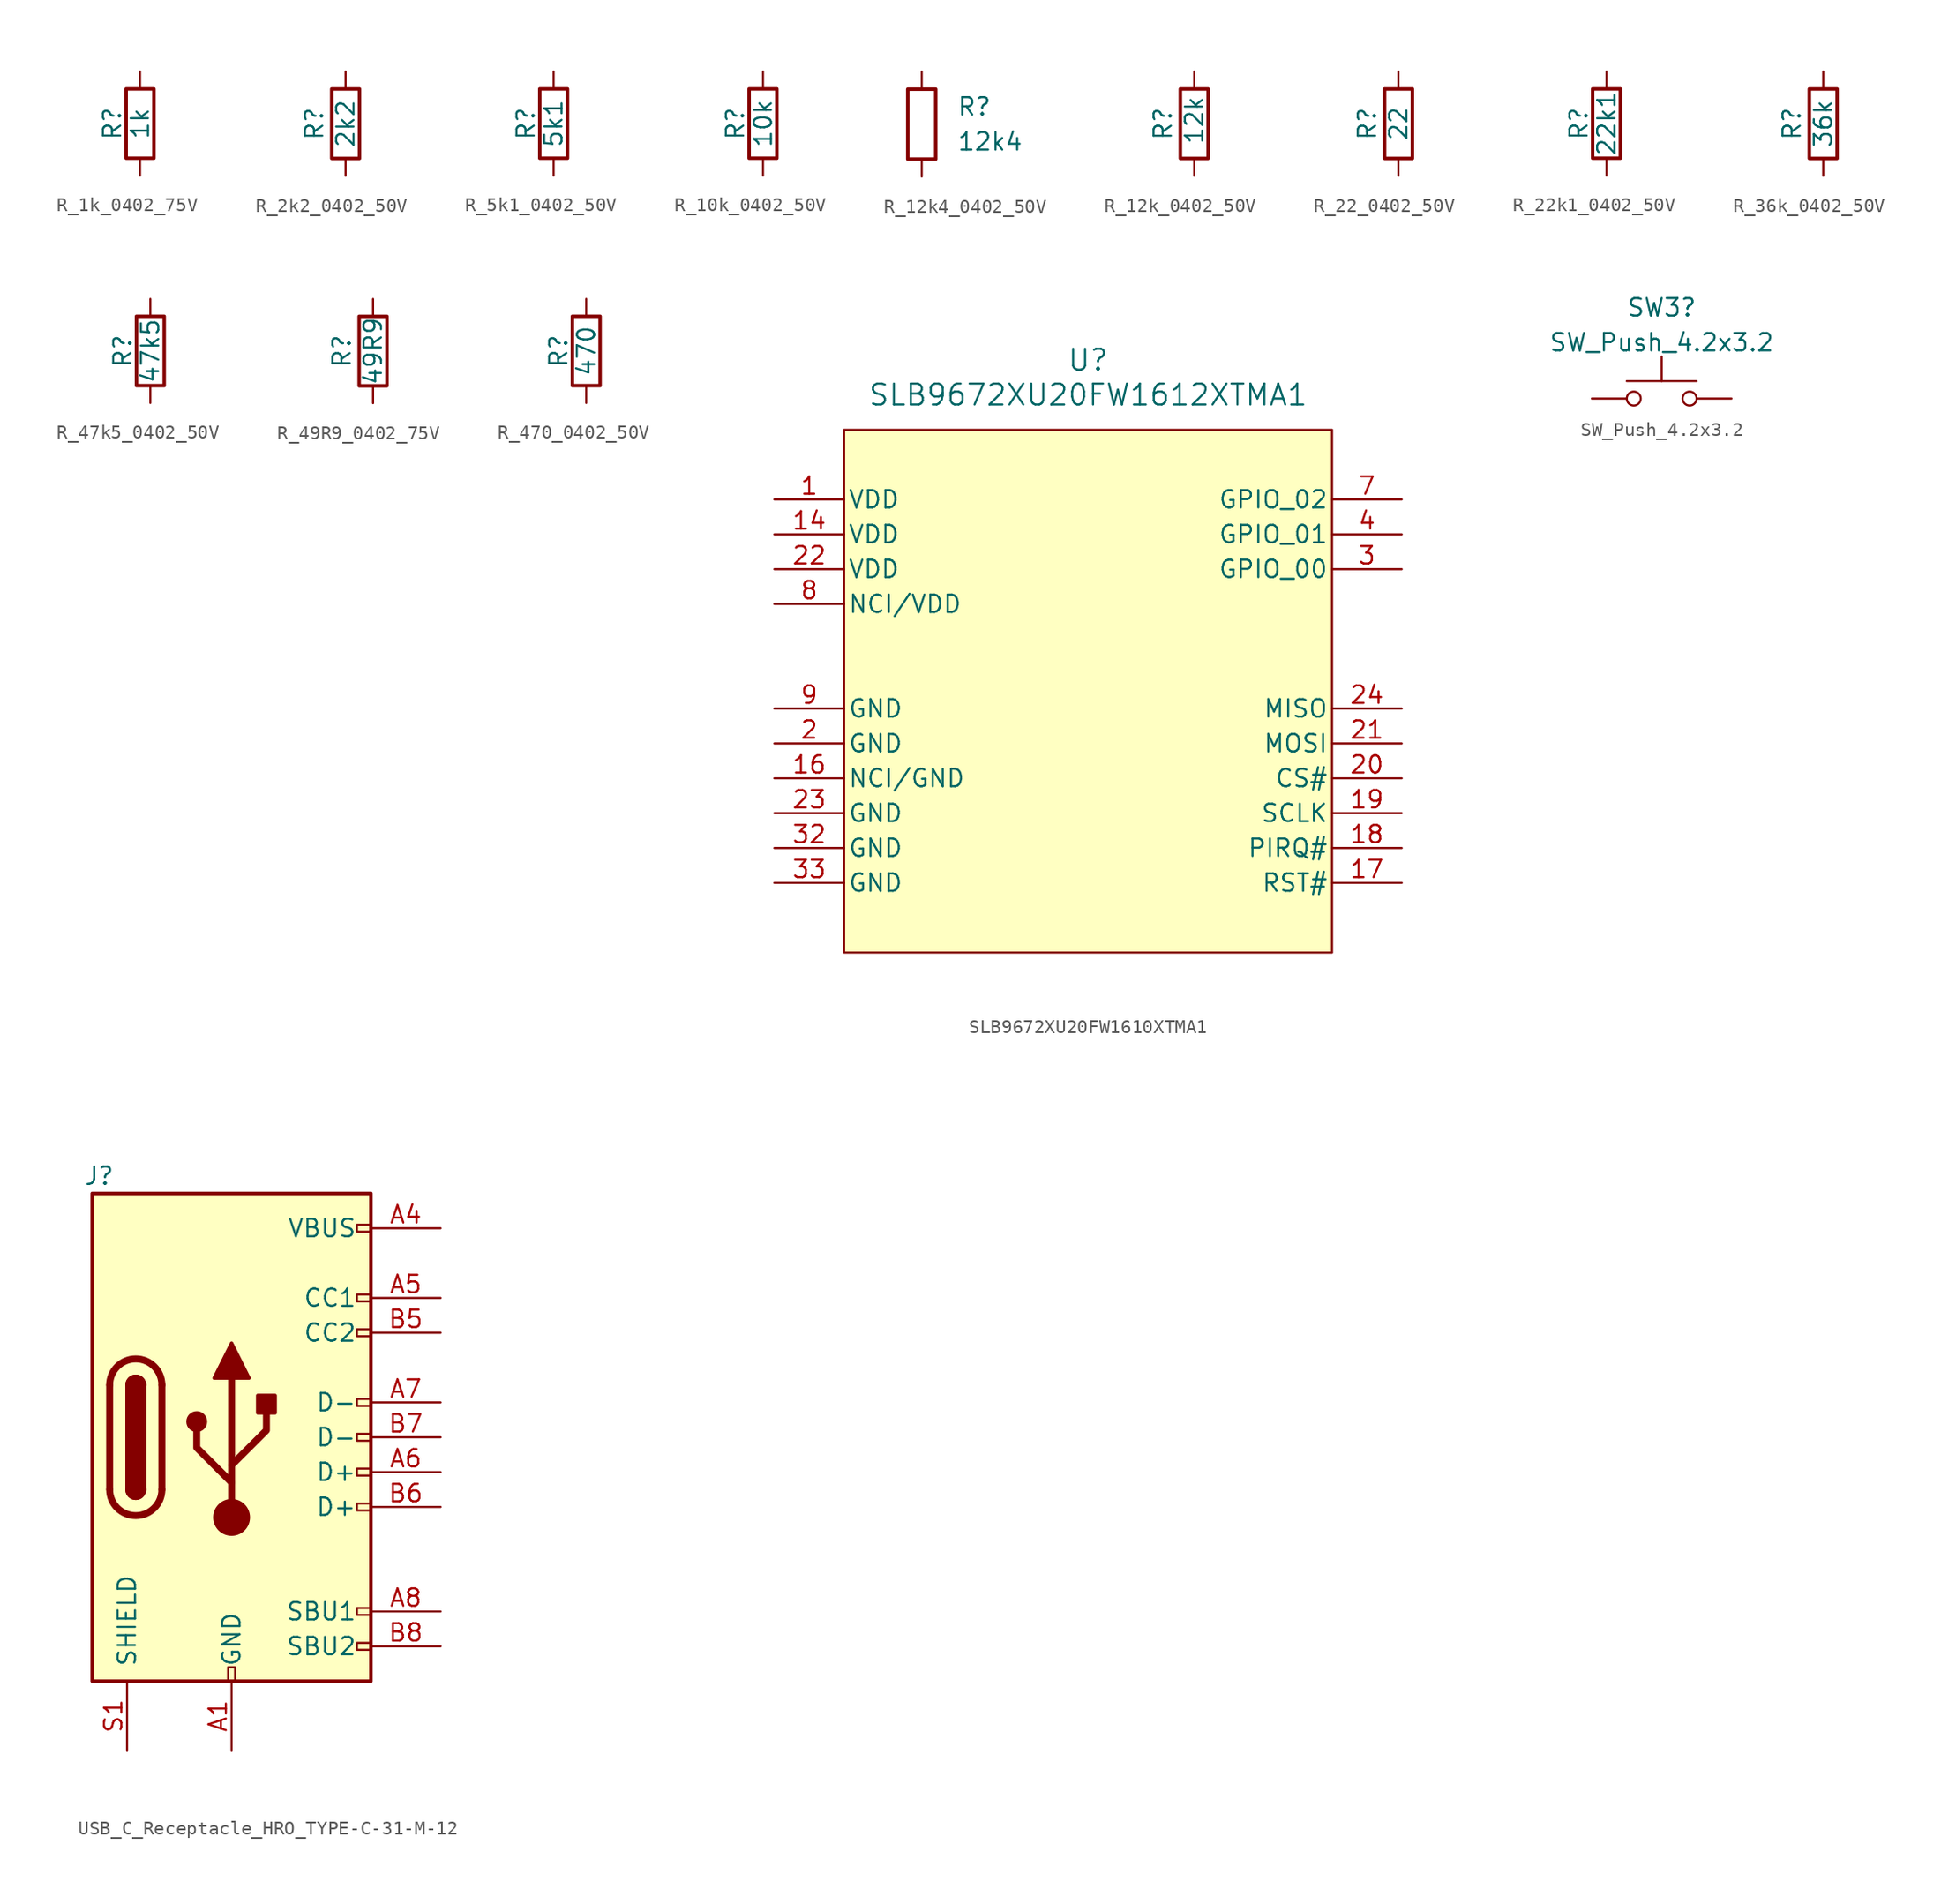
<source format=kicad_sym>
(kicad_symbol_lib
  (version 20241209)
  (generator "kicad_symbol_editor")
  (generator_version "9.0")
  (symbol "R_1k_0402_75V"
    (pin_numbers
      (hide yes))
    (pin_names
      (offset 0))
    (property "Reference" "R"
      (at -2.032 0 90)
      (effects (font (size 1.27 1.27))))
    (property "Value" "1k"
      (at 0 0 90)
      (effects (font (size 1.27 1.27))))
    (symbol "R_1k_0402_75V_0_1"
      (rectangle (start -1.016 -2.54) (end 1.016 2.54) (stroke (width 0.254) (type default)) (fill (type none))))
    (symbol "R_1k_0402_75V_1_1"
      (pin passive line (at 0 3.81 270) (length 1.27) (name "~" (effects (font (size 1.27 1.27)))) (number "1" (effects (font (size 1.27 1.27)))))
      (pin passive line (at 0 -3.81 90) (length 1.27) (name "~" (effects (font (size 1.27 1.27)))) (number "2" (effects (font (size 1.27 1.27)))))))
  (symbol "R_2k2_0402_50V"
    (pin_numbers
      (hide yes))
    (pin_names
      (offset 0))
    (property "Reference" "R"
      (at -2.286 0 90)
      (effects (font (size 1.27 1.27))))
    (property "Value" "2k2"
      (at 0 0 90)
      (effects (font (size 1.27 1.27))))
    (symbol "R_2k2_0402_50V_0_1"
      (rectangle (start -1.016 -2.54) (end 1.016 2.54) (stroke (width 0.254) (type default)) (fill (type none))))
    (symbol "R_2k2_0402_50V_1_1"
      (pin passive line (at 0 3.81 270) (length 1.27) (name "~" (effects (font (size 1.27 1.27)))) (number "1" (effects (font (size 1.27 1.27)))))
      (pin passive line (at 0 -3.81 90) (length 1.27) (name "~" (effects (font (size 1.27 1.27)))) (number "2" (effects (font (size 1.27 1.27)))))))
  (symbol "R_5k1_0402_50V"
    (pin_numbers
      (hide yes))
    (pin_names
      (offset 0))
    (property "Reference" "R"
      (at -2.032 0 90)
      (effects (font (size 1.27 1.27))))
    (property "Value" "5k1"
      (at 0 0 90)
      (effects (font (size 1.27 1.27))))
    (symbol "R_5k1_0402_50V_0_1"
      (rectangle (start -1.016 -2.54) (end 1.016 2.54) (stroke (width 0.254) (type default)) (fill (type none))))
    (symbol "R_5k1_0402_50V_1_1"
      (pin passive line (at 0 3.81 270) (length 1.27) (name "~" (effects (font (size 1.27 1.27)))) (number "1" (effects (font (size 1.27 1.27)))))
      (pin passive line (at 0 -3.81 90) (length 1.27) (name "~" (effects (font (size 1.27 1.27)))) (number "2" (effects (font (size 1.27 1.27)))))))
  (symbol "R_10k_0402_50V"
    (pin_numbers
      (hide yes))
    (pin_names
      (offset 0))
    (property "Reference" "R"
      (at -2.032 0 90)
      (effects (font (size 1.27 1.27))))
    (property "Value" "10k"
      (at 0 0 90)
      (effects (font (size 1.27 1.27))))
    (symbol "R_10k_0402_50V_0_1"
      (rectangle (start -1.016 -2.54) (end 1.016 2.54) (stroke (width 0.254) (type default)) (fill (type none))))
    (symbol "R_10k_0402_50V_1_1"
      (pin passive line (at 0 3.81 270) (length 1.27) (name "~" (effects (font (size 1.27 1.27)))) (number "1" (effects (font (size 1.27 1.27)))))
      (pin passive line (at 0 -3.81 90) (length 1.27) (name "~" (effects (font (size 1.27 1.27)))) (number "2" (effects (font (size 1.27 1.27)))))))
  (symbol "R_12k4_0402_50V"
    (pin_numbers
      (hide yes))
    (pin_names
      (offset 0))
    (property "Reference" "R"
      (at 2.54 1.27 0)
      (effects (font (size 1.27 1.27)) (justify left)))
    (property "Value" "12k4"
      (at 2.54 -1.27 0)
      (effects (font (size 1.27 1.27)) (justify left)))
    (symbol "R_12k4_0402_50V_0_1"
      (rectangle (start -1.016 -2.54) (end 1.016 2.54) (stroke (width 0.254) (type default)) (fill (type none))))
    (symbol "R_12k4_0402_50V_1_1"
      (pin passive line (at 0 3.81 270) (length 1.27) (name "~" (effects (font (size 1.27 1.27)))) (number "1" (effects (font (size 1.27 1.27)))))
      (pin passive line (at 0 -3.81 90) (length 1.27) (name "~" (effects (font (size 1.27 1.27)))) (number "2" (effects (font (size 1.27 1.27)))))))
  (symbol "R_12k_0402_50V"
    (pin_numbers
      (hide yes))
    (pin_names
      (offset 0))
    (property "Reference" "R"
      (at -2.286 0 90)
      (effects (font (size 1.27 1.27))))
    (property "Value" "12k"
      (at 0 0.254 90)
      (effects (font (size 1.27 1.27))))
    (symbol "R_12k_0402_50V_0_1"
      (rectangle (start -1.016 -2.54) (end 1.016 2.54) (stroke (width 0.254) (type default)) (fill (type none))))
    (symbol "R_12k_0402_50V_1_1"
      (pin passive line (at 0 3.81 270) (length 1.27) (name "~" (effects (font (size 1.27 1.27)))) (number "1" (effects (font (size 1.27 1.27)))))
      (pin passive line (at 0 -3.81 90) (length 1.27) (name "~" (effects (font (size 1.27 1.27)))) (number "2" (effects (font (size 1.27 1.27)))))))
  (symbol "R_22_0402_50V"
    (pin_numbers
      (hide yes))
    (pin_names
      (offset 0))
    (property "Reference" "R"
      (at -2.286 0 90)
      (effects (font (size 1.27 1.27))))
    (property "Value" "22"
      (at 0 0 90)
      (effects (font (size 1.27 1.27))))
    (symbol "R_22_0402_50V_0_1"
      (rectangle (start -1.016 -2.54) (end 1.016 2.54) (stroke (width 0.254) (type default)) (fill (type none))))
    (symbol "R_22_0402_50V_1_1"
      (pin passive line (at 0 3.81 270) (length 1.27) (name "~" (effects (font (size 1.27 1.27)))) (number "1" (effects (font (size 1.27 1.27)))))
      (pin passive line (at 0 -3.81 90) (length 1.27) (name "~" (effects (font (size 1.27 1.27)))) (number "2" (effects (font (size 1.27 1.27)))))))
  (symbol "R_22k1_0402_50V"
    (pin_numbers
      (hide yes))
    (pin_names
      (offset 0))
    (property "Reference" "R"
      (at -2.032 0 90)
      (effects (font (size 1.27 1.27))))
    (property "Value" "22k1"
      (at 0 0 90)
      (effects (font (size 1.27 1.27))))
    (symbol "R_22k1_0402_50V_0_1"
      (rectangle (start -1.016 -2.54) (end 1.016 2.54) (stroke (width 0.254) (type default)) (fill (type none))))
    (symbol "R_22k1_0402_50V_1_1"
      (pin passive line (at 0 3.81 270) (length 1.27) (name "~" (effects (font (size 1.27 1.27)))) (number "1" (effects (font (size 1.27 1.27)))))
      (pin passive line (at 0 -3.81 90) (length 1.27) (name "~" (effects (font (size 1.27 1.27)))) (number "2" (effects (font (size 1.27 1.27)))))))
  (symbol "R_36k_0402_50V"
    (pin_numbers
      (hide yes))
    (pin_names
      (offset 0))
    (property "Reference" "R"
      (at -2.286 0 90)
      (effects (font (size 1.27 1.27))))
    (property "Value" "36k"
      (at 0 0 90)
      (effects (font (size 1.27 1.27))))
    (symbol "R_36k_0402_50V_0_1"
      (rectangle (start -1.016 2.54) (end 1.016 -2.54) (stroke (width 0.254) (type default)) (fill (type none))))
    (symbol "R_36k_0402_50V_1_1"
      (pin passive line (at 0 3.81 270) (length 1.27) (name "~" (effects (font (size 1.27 1.27)))) (number "1" (effects (font (size 1.27 1.27)))))
      (pin passive line (at 0 -3.81 90) (length 1.27) (name "~" (effects (font (size 1.27 1.27)))) (number "2" (effects (font (size 1.27 1.27)))))))
  (symbol "R_47k5_0402_50V"
    (pin_numbers
      (hide yes))
    (pin_names
      (offset 0))
    (property "Reference" "R"
      (at -2.032 0 90)
      (effects (font (size 1.27 1.27))))
    (property "Value" "47k5"
      (at 0 0 90)
      (effects (font (size 1.27 1.27))))
    (symbol "R_47k5_0402_50V_0_1"
      (rectangle (start -1.016 -2.54) (end 1.016 2.54) (stroke (width 0.254) (type default)) (fill (type none))))
    (symbol "R_47k5_0402_50V_1_1"
      (pin passive line (at 0 3.81 270) (length 1.27) (name "~" (effects (font (size 1.27 1.27)))) (number "1" (effects (font (size 1.27 1.27)))))
      (pin passive line (at 0 -3.81 90) (length 1.27) (name "~" (effects (font (size 1.27 1.27)))) (number "2" (effects (font (size 1.27 1.27)))))))
  (symbol "R_49R9_0402_75V"
    (pin_numbers
      (hide yes))
    (pin_names
      (offset 0))
    (property "Reference" "R"
      (at -2.286 0 90)
      (effects (font (size 1.27 1.27))))
    (property "Value" "49R9"
      (at 0 0 90)
      (effects (font (size 1.27 1.27))))
    (symbol "R_49R9_0402_75V_0_1"
      (rectangle (start -1.016 -2.54) (end 1.016 2.54) (stroke (width 0.254) (type default)) (fill (type none))))
    (symbol "R_49R9_0402_75V_1_1"
      (pin passive line (at 0 3.81 270) (length 1.27) (name "~" (effects (font (size 1.27 1.27)))) (number "1" (effects (font (size 1.27 1.27)))))
      (pin passive line (at 0 -3.81 90) (length 1.27) (name "~" (effects (font (size 1.27 1.27)))) (number "2" (effects (font (size 1.27 1.27)))))))
  (symbol "R_470_0402_50V"
    (pin_numbers
      (hide yes))
    (pin_names
      (offset 0))
    (property "Reference" "R"
      (at -2.032 0 90)
      (effects (font (size 1.27 1.27))))
    (property "Value" "470"
      (at 0 0 90)
      (effects (font (size 1.27 1.27))))
    (symbol "R_470_0402_50V_0_1"
      (rectangle (start -1.016 -2.54) (end 1.016 2.54) (stroke (width 0.254) (type default)) (fill (type none))))
    (symbol "R_470_0402_50V_1_1"
      (pin passive line (at 0 3.81 270) (length 1.27) (name "~" (effects (font (size 1.27 1.27)))) (number "1" (effects (font (size 1.27 1.27)))))
      (pin passive line (at 0 -3.81 90) (length 1.27) (name "~" (effects (font (size 1.27 1.27)))) (number "2" (effects (font (size 1.27 1.27)))))))
  (symbol "SLB9672XU20FW1610XTMA1"
    (pin_names
      (offset 0.254))
    (property "Reference" "U"
      (at 0 24.13 0)
      (effects (font (size 1.524 1.524))))
    (property "Value" "SLB9672XU20FW1612XTMA1"
      (at 0 21.59 0)
      (effects (font (size 1.524 1.524))))
    (symbol "SLB9672XU20FW1610XTMA1_0_1"
      (pin power_in line (at -22.86 13.97 0) (length 5.08) (name "VDD" (effects (font (size 1.27 1.27)))) (number "1" (effects (font (size 1.27 1.27)))))
      (pin power_in line (at -22.86 11.43 0) (length 5.08) (name "VDD" (effects (font (size 1.27 1.27)))) (number "14" (effects (font (size 1.27 1.27)))))
      (pin power_in line (at -22.86 8.89 0) (length 5.08) (name "VDD" (effects (font (size 1.27 1.27)))) (number "22" (effects (font (size 1.27 1.27)))))
      (pin unspecified line (at -22.86 6.35 0) (length 5.08) (name "NCI/VDD" (effects (font (size 1.27 1.27)))) (number "8" (effects (font (size 1.27 1.27)))))
      (pin power_out line (at -22.86 -1.27 0) (length 5.08) (name "GND" (effects (font (size 1.27 1.27)))) (number "9" (effects (font (size 1.27 1.27)))))
      (pin power_out line (at -22.86 -3.81 0) (length 5.08) (name "GND" (effects (font (size 1.27 1.27)))) (number "2" (effects (font (size 1.27 1.27)))))
      (pin unspecified line (at -22.86 -6.35 0) (length 5.08) (name "NCI/GND" (effects (font (size 1.27 1.27)))) (number "16" (effects (font (size 1.27 1.27)))))
      (pin power_out line (at -22.86 -8.89 0) (length 5.08) (name "GND" (effects (font (size 1.27 1.27)))) (number "23" (effects (font (size 1.27 1.27)))))
      (pin power_out line (at -22.86 -11.43 0) (length 5.08) (name "GND" (effects (font (size 1.27 1.27)))) (number "32" (effects (font (size 1.27 1.27)))))
      (pin bidirectional line (at 22.86 13.97 180) (length 5.08) (name "GPIO_02" (effects (font (size 1.27 1.27)))) (number "7" (effects (font (size 1.27 1.27)))))
      (pin bidirectional line (at 22.86 11.43 180) (length 5.08) (name "GPIO_01" (effects (font (size 1.27 1.27)))) (number "4" (effects (font (size 1.27 1.27)))))
      (pin bidirectional line (at 22.86 8.89 180) (length 5.08) (name "GPIO_00" (effects (font (size 1.27 1.27)))) (number "3" (effects (font (size 1.27 1.27)))))
      (pin output line (at 22.86 -1.27 180) (length 5.08) (name "MISO" (effects (font (size 1.27 1.27)))) (number "24" (effects (font (size 1.27 1.27)))))
      (pin input line (at 22.86 -3.81 180) (length 5.08) (name "MOSI" (effects (font (size 1.27 1.27)))) (number "21" (effects (font (size 1.27 1.27)))))
      (pin input line (at 22.86 -6.35 180) (length 5.08) (name "CS#" (effects (font (size 1.27 1.27)))) (number "20" (effects (font (size 1.27 1.27)))))
      (pin input line (at 22.86 -8.89 180) (length 5.08) (name "SCLK" (effects (font (size 1.27 1.27)))) (number "19" (effects (font (size 1.27 1.27)))))
      (pin output line (at 22.86 -11.43 180) (length 5.08) (name "PIRQ#" (effects (font (size 1.27 1.27)))) (number "18" (effects (font (size 1.27 1.27)))))
      (pin input line (at 22.86 -13.97 180) (length 5.08) (name "RST#" (effects (font (size 1.27 1.27)))) (number "17" (effects (font (size 1.27 1.27))))))
    (symbol "SLB9672XU20FW1610XTMA1_1_1"
      (rectangle (start -17.78 19.05) (end 17.78 -19.05) (stroke (width 0) (type solid)) (fill (type background)))
      (pin power_out line (at -22.86 -13.97 0) (length 5.08) (name "GND" (effects (font (size 1.27 1.27)))) (number "33" (effects (font (size 1.27 1.27)))))))
  (symbol "SW_Push_4.2x3.2"
    (pin_numbers
      (hide yes))
    (pin_names
      (offset 1.016)
      (hide yes))
    (property "Reference" "SW3"
      (at 0 6.621 0)
      (effects (font (size 1.27 1.27))))
    (property "Value" "SW_Push_4.2x3.2"
      (at 0 4.084 0)
      (effects (font (size 1.27 1.27))))
    (symbol "SW_Push_4.2x3.2_0_1"
      (circle (center -2.032 0) (radius 0.508) (stroke (width 0) (type default)) (fill (type none)))
      (polyline (pts (xy 0 1.27) (xy 0 3.048)) (stroke (width 0) (type default)) (fill (type none)))
      (circle (center 2.032 0) (radius 0.508) (stroke (width 0) (type default)) (fill (type none)))
      (polyline (pts (xy 2.54 1.27) (xy -2.54 1.27)) (stroke (width 0) (type default)) (fill (type none)))
      (pin passive line (at -5.08 0 0) (length 2.54) (name "1" (effects (font (size 1.27 1.27)))) (number "1" (effects (font (size 1.27 1.27)))))
      (pin passive line (at 5.08 0 180) (length 2.54) (name "2" (effects (font (size 1.27 1.27)))) (number "2" (effects (font (size 1.27 1.27)))))))
  (symbol "USB_C_Receptacle_HRO_TYPE-C-31-M-12"
    (pin_names
      (offset 1.016))
    (property "Reference" "J"
      (at -9.652 19.05 0)
      (effects (font (size 1.27 1.27))))
    (symbol "USB_C_Receptacle_HRO_TYPE-C-31-M-12_0_0"
      (rectangle (start -0.254 -17.78) (end 0.254 -16.764) (stroke (width 0) (type default)) (fill (type none)))
      (rectangle (start 10.16 15.494) (end 9.144 14.986) (stroke (width 0) (type default)) (fill (type none)))
      (rectangle (start 10.16 10.414) (end 9.144 9.906) (stroke (width 0) (type default)) (fill (type none)))
      (rectangle (start 10.16 7.874) (end 9.144 7.366) (stroke (width 0) (type default)) (fill (type none)))
      (rectangle (start 10.16 2.794) (end 9.144 2.286) (stroke (width 0) (type default)) (fill (type none)))
      (rectangle (start 10.16 0.254) (end 9.144 -0.254) (stroke (width 0) (type default)) (fill (type none)))
      (rectangle (start 10.16 -2.286) (end 9.144 -2.794) (stroke (width 0) (type default)) (fill (type none)))
      (rectangle (start 10.16 -4.826) (end 9.144 -5.334) (stroke (width 0) (type default)) (fill (type none)))
      (rectangle (start 10.16 -12.446) (end 9.144 -12.954) (stroke (width 0) (type default)) (fill (type none)))
      (rectangle (start 10.16 -14.986) (end 9.144 -15.494) (stroke (width 0) (type default)) (fill (type none))))
    (symbol "USB_C_Receptacle_HRO_TYPE-C-31-M-12_0_1"
      (rectangle (start -10.16 17.78) (end 10.16 -17.78) (stroke (width 0.254) (type default)) (fill (type background)))
      (polyline (pts (xy -8.89 -3.81) (xy -8.89 3.81)) (stroke (width 0.508) (type default)) (fill (type none)))
      (rectangle (start -7.62 -3.81) (end -6.35 3.81) (stroke (width 0.254) (type default)) (fill (type outline)))
      (arc (start -7.62 3.81) (mid -6.985 4.4423) (end -6.35 3.81) (stroke (width 0.254) (type default)) (fill (type none)))
      (arc (start -7.62 3.81) (mid -6.985 4.4423) (end -6.35 3.81) (stroke (width 0.254) (type default)) (fill (type outline)))
      (arc (start -8.89 3.81) (mid -6.985 5.7067) (end -5.08 3.81) (stroke (width 0.508) (type default)) (fill (type none)))
      (arc (start -5.08 -3.81) (mid -6.985 -5.7067) (end -8.89 -3.81) (stroke (width 0.508) (type default)) (fill (type none)))
      (arc (start -6.35 -3.81) (mid -6.985 -4.4423) (end -7.62 -3.81) (stroke (width 0.254) (type default)) (fill (type none)))
      (arc (start -6.35 -3.81) (mid -6.985 -4.4423) (end -7.62 -3.81) (stroke (width 0.254) (type default)) (fill (type outline)))
      (polyline (pts (xy -5.08 3.81) (xy -5.08 -3.81)) (stroke (width 0.508) (type default)) (fill (type none)))
      (circle (center -2.54 1.143) (radius 0.635) (stroke (width 0.254) (type default)) (fill (type outline)))
      (polyline (pts (xy -1.27 4.318) (xy 0 6.858) (xy 1.27 4.318) (xy -1.27 4.318)) (stroke (width 0.254) (type default)) (fill (type outline)))
      (polyline (pts (xy 0 -2.032) (xy 2.54 0.508) (xy 2.54 1.778)) (stroke (width 0.508) (type default)) (fill (type none)))
      (polyline (pts (xy 0 -3.302) (xy -2.54 -0.762) (xy -2.54 0.508)) (stroke (width 0.508) (type default)) (fill (type none)))
      (polyline (pts (xy 0 -5.842) (xy 0 4.318)) (stroke (width 0.508) (type default)) (fill (type none)))
      (circle (center 0 -5.842) (radius 1.27) (stroke (width 0) (type default)) (fill (type outline)))
      (rectangle (start 1.905 1.778) (end 3.175 3.048) (stroke (width 0.254) (type default)) (fill (type outline))))
    (symbol "USB_C_Receptacle_HRO_TYPE-C-31-M-12_1_1"
      (pin passive line (at -7.62 -22.86 90) (length 5.08) (name "SHIELD" (effects (font (size 1.27 1.27)))) (number "S1" (effects (font (size 1.27 1.27)))))
      (pin passive line (at 0 -22.86 90) (length 5.08) (name "GND" (effects (font (size 1.27 1.27)))) (number "A1" (effects (font (size 1.27 1.27)))))
      (pin passive line (at 0 -22.86 90) (length 5.08) (hide yes) (name "GND" (effects (font (size 1.27 1.27)))) (number "A12" (effects (font (size 1.27 1.27)))))
      (pin passive line (at 0 -22.86 90) (length 5.08) (hide yes) (name "GND" (effects (font (size 1.27 1.27)))) (number "B1" (effects (font (size 1.27 1.27)))))
      (pin passive line (at 0 -22.86 90) (length 5.08) (hide yes) (name "GND" (effects (font (size 1.27 1.27)))) (number "B12" (effects (font (size 1.27 1.27)))))
      (pin passive line (at 15.24 15.24 180) (length 5.08) (name "VBUS" (effects (font (size 1.27 1.27)))) (number "A4" (effects (font (size 1.27 1.27)))))
      (pin passive line (at 15.24 15.24 180) (length 5.08) (hide yes) (name "VBUS" (effects (font (size 1.27 1.27)))) (number "A9" (effects (font (size 1.27 1.27)))))
      (pin passive line (at 15.24 15.24 180) (length 5.08) (hide yes) (name "VBUS" (effects (font (size 1.27 1.27)))) (number "B4" (effects (font (size 1.27 1.27)))))
      (pin passive line (at 15.24 15.24 180) (length 5.08) (hide yes) (name "VBUS" (effects (font (size 1.27 1.27)))) (number "B9" (effects (font (size 1.27 1.27)))))
      (pin bidirectional line (at 15.24 10.16 180) (length 5.08) (name "CC1" (effects (font (size 1.27 1.27)))) (number "A5" (effects (font (size 1.27 1.27)))))
      (pin bidirectional line (at 15.24 7.62 180) (length 5.08) (name "CC2" (effects (font (size 1.27 1.27)))) (number "B5" (effects (font (size 1.27 1.27)))))
      (pin bidirectional line (at 15.24 2.54 180) (length 5.08) (name "D-" (effects (font (size 1.27 1.27)))) (number "A7" (effects (font (size 1.27 1.27)))))
      (pin bidirectional line (at 15.24 0 180) (length 5.08) (name "D-" (effects (font (size 1.27 1.27)))) (number "B7" (effects (font (size 1.27 1.27)))))
      (pin bidirectional line (at 15.24 -2.54 180) (length 5.08) (name "D+" (effects (font (size 1.27 1.27)))) (number "A6" (effects (font (size 1.27 1.27)))))
      (pin bidirectional line (at 15.24 -5.08 180) (length 5.08) (name "D+" (effects (font (size 1.27 1.27)))) (number "B6" (effects (font (size 1.27 1.27)))))
      (pin bidirectional line (at 15.24 -12.7 180) (length 5.08) (name "SBU1" (effects (font (size 1.27 1.27)))) (number "A8" (effects (font (size 1.27 1.27)))))
      (pin bidirectional line (at 15.24 -15.24 180) (length 5.08) (name "SBU2" (effects (font (size 1.27 1.27)))) (number "B8" (effects (font (size 1.27 1.27))))))))
</source>
